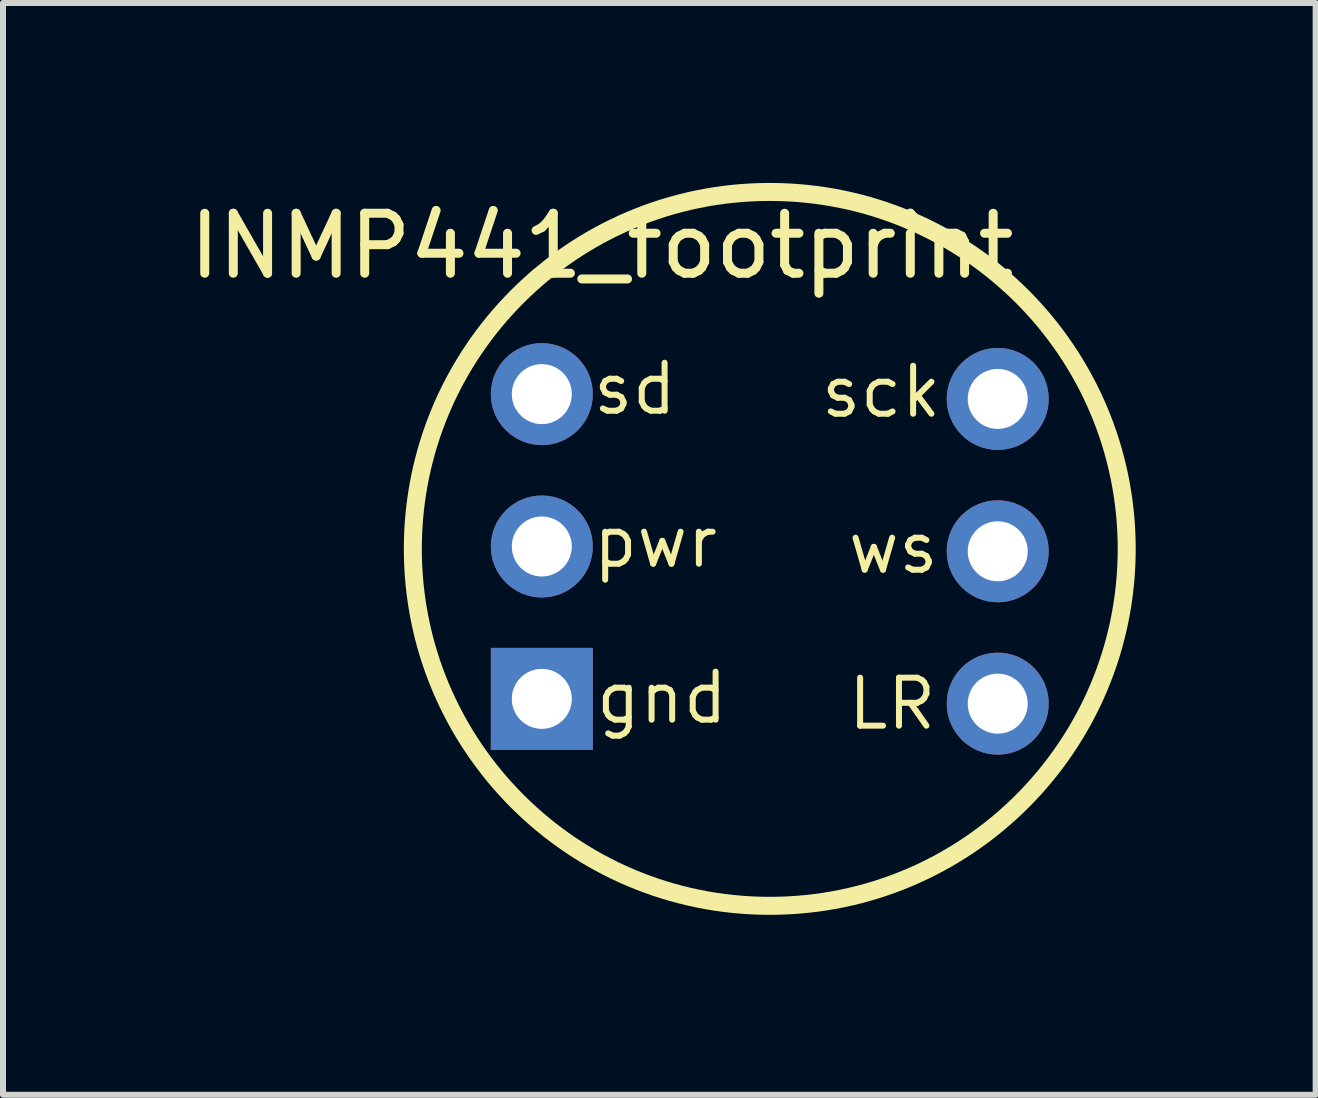
<source format=kicad_pcb>
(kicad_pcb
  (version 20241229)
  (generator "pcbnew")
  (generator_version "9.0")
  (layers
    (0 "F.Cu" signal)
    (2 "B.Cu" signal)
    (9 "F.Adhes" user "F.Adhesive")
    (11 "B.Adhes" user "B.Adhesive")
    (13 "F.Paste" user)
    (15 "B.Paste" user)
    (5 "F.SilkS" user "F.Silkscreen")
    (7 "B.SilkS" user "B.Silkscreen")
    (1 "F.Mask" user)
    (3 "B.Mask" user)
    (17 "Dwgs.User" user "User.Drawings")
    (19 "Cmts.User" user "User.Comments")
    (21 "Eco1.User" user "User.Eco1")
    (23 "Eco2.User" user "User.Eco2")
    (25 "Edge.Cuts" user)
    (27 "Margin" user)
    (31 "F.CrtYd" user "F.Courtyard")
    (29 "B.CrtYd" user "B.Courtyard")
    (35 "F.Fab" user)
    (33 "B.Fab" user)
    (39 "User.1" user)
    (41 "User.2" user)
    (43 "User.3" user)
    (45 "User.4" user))
  (footprint "INMP441_footprint"
    (layer "F.Cu")
    (at 5.982 3.55)
    (property "Reference" "INMP441_footprint" (at 1 -2.5 180) (layer "F.SilkS") (effects (font (size 1 1) (thickness 0.15))))
    (attr through_hole)
    (fp_circle (center 3.8 2.55) (end 9.75 2.5) (stroke (width 0.3) (type solid)) (fill no) (layer "F.SilkS"))
    (fp_text user "ws" (at 5.05 3 0) (unlocked yes) (layer "F.SilkS") (effects (font (size 0.8 0.8) (thickness 0.1)) (justify left bottom)))
    (fp_text user "pwr" (at 0.8 2.9 0) (unlocked yes) (layer "F.SilkS") (effects (font (size 0.8 0.8) (thickness 0.1)) (justify left bottom)))
    (fp_text user "gnd" (at 0.85 5.5 0) (unlocked yes) (layer "F.SilkS") (effects (font (size 0.8 0.8) (thickness 0.1)) (justify left bottom)))
    (fp_text user "sd" (at 0.8 0.35 0) (unlocked yes) (layer "F.SilkS") (effects (font (size 0.8 0.8) (thickness 0.1)) (justify left bottom)))
    (fp_text user "sck" (at 4.6 0.4 0) (unlocked yes) (layer "F.SilkS") (effects (font (size 0.8 0.8) (thickness 0.1)) (justify left bottom)))
    (fp_text user "LR" (at 5.05 5.6 0) (unlocked yes) (layer "F.SilkS") (effects (font (size 0.8 0.8) (thickness 0.1)) (justify left bottom)))
    (pad "1" thru_hole rect (at 0 5.05 180) (size 1.7 1.7) (drill 1) (layers "*.Cu" "*.Mask"))
    (pad "1" thru_hole circle (at 7.6 5.13 180) (size 1.7 1.7) (drill 1) (layers "*.Cu" "*.Mask"))
    (pad "2" thru_hole circle (at 0 2.51 180) (size 1.7 1.7) (drill 1) (layers "*.Cu" "*.Mask"))
    (pad "2" thru_hole circle (at 7.6 2.59 180) (size 1.7 1.7) (drill 1) (layers "*.Cu" "*.Mask"))
    (pad "3" thru_hole circle (at 0 -0.03 180) (size 1.7 1.7) (drill 1) (layers "*.Cu" "*.Mask"))
    (pad "3" thru_hole circle (at 7.6 0.05 180) (size 1.7 1.7) (drill 1) (layers "*.Cu" "*.Mask")))
  (gr_rect
    (start -3 -3)
    (end 18.882 15.2)
    (stroke (width 0.1) (type default))
    (fill no)
    (layer "Edge.Cuts")))
</source>
